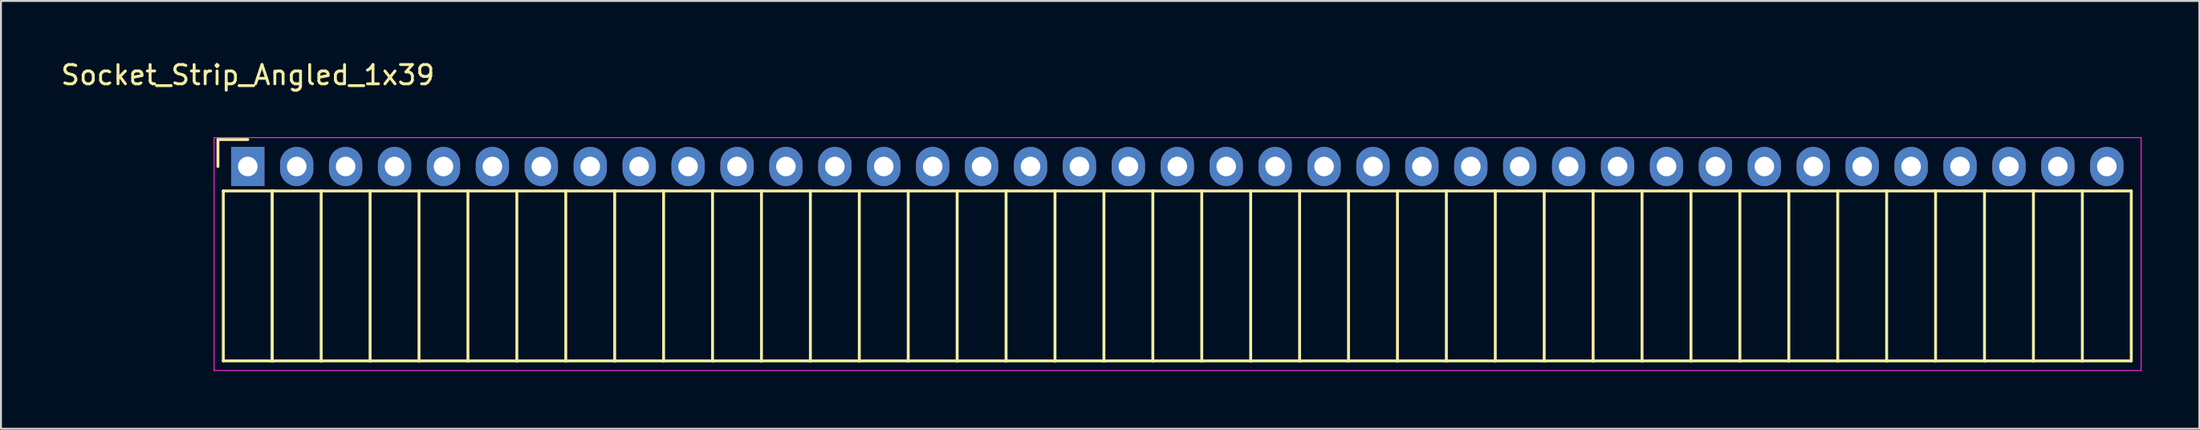
<source format=kicad_pcb>
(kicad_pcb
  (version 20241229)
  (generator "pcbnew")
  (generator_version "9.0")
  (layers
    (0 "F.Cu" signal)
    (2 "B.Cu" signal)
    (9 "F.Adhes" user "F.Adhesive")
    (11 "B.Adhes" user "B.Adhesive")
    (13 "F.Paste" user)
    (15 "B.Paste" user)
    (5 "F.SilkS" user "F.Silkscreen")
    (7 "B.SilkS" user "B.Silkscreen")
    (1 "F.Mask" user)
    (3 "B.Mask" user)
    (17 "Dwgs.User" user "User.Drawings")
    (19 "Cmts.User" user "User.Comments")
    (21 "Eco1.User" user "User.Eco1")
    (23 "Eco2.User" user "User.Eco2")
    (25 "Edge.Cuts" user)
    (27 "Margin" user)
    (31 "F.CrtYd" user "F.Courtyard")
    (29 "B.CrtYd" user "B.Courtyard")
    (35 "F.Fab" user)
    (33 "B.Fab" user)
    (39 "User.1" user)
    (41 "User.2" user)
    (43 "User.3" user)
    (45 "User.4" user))
  (footprint "Socket_Strip_Angled_1x39"
    (layer "F.Cu")
    (at 9.815 5.598)
    (property "Reference" "Socket_Strip_Angled_1x39" (at 0 -4.75 0) (layer "F.SilkS") (effects (font (size 1 1) (thickness 0.15))))
    (attr through_hole)
    (fp_line (start -1.55 -1.4) (end -1.55 0) (stroke (width 0.15) (type solid)) (layer "F.SilkS"))
    (fp_line (start -1.27 1.27) (end -1.27 10.1) (stroke (width 0.15) (type solid)) (layer "F.SilkS"))
    (fp_line (start -1.27 1.27) (end 1.27 1.27) (stroke (width 0.15) (type solid)) (layer "F.SilkS"))
    (fp_line (start -1.27 10.1) (end 1.27 10.1) (stroke (width 0.15) (type solid)) (layer "F.SilkS"))
    (fp_line (start 0 -1.4) (end -1.55 -1.4) (stroke (width 0.15) (type solid)) (layer "F.SilkS"))
    (fp_line (start 1.27 1.27) (end 1.27 10.1) (stroke (width 0.15) (type solid)) (layer "F.SilkS"))
    (fp_line (start 1.27 1.27) (end 3.81 1.27) (stroke (width 0.15) (type solid)) (layer "F.SilkS"))
    (fp_line (start 1.27 10.1) (end 1.27 1.27) (stroke (width 0.15) (type solid)) (layer "F.SilkS"))
    (fp_line (start 1.27 10.1) (end 3.81 10.1) (stroke (width 0.15) (type solid)) (layer "F.SilkS"))
    (fp_line (start 3.81 1.27) (end 6.35 1.27) (stroke (width 0.15) (type solid)) (layer "F.SilkS"))
    (fp_line (start 3.81 10.1) (end 3.81 1.27) (stroke (width 0.15) (type solid)) (layer "F.SilkS"))
    (fp_line (start 3.81 10.1) (end 6.35 10.1) (stroke (width 0.15) (type solid)) (layer "F.SilkS"))
    (fp_line (start 6.35 1.27) (end 8.89 1.27) (stroke (width 0.15) (type solid)) (layer "F.SilkS"))
    (fp_line (start 6.35 10.1) (end 6.35 1.27) (stroke (width 0.15) (type solid)) (layer "F.SilkS"))
    (fp_line (start 6.35 10.1) (end 8.89 10.1) (stroke (width 0.15) (type solid)) (layer "F.SilkS"))
    (fp_line (start 8.89 1.27) (end 11.43 1.27) (stroke (width 0.15) (type solid)) (layer "F.SilkS"))
    (fp_line (start 8.89 10.1) (end 8.89 1.27) (stroke (width 0.15) (type solid)) (layer "F.SilkS"))
    (fp_line (start 8.89 10.1) (end 11.43 10.1) (stroke (width 0.15) (type solid)) (layer "F.SilkS"))
    (fp_line (start 11.43 1.27) (end 13.97 1.27) (stroke (width 0.15) (type solid)) (layer "F.SilkS"))
    (fp_line (start 11.43 10.1) (end 11.43 1.27) (stroke (width 0.15) (type solid)) (layer "F.SilkS"))
    (fp_line (start 11.43 10.1) (end 13.97 10.1) (stroke (width 0.15) (type solid)) (layer "F.SilkS"))
    (fp_line (start 13.97 1.27) (end 16.51 1.27) (stroke (width 0.15) (type solid)) (layer "F.SilkS"))
    (fp_line (start 13.97 10.1) (end 13.97 1.27) (stroke (width 0.15) (type solid)) (layer "F.SilkS"))
    (fp_line (start 13.97 10.1) (end 16.51 10.1) (stroke (width 0.15) (type solid)) (layer "F.SilkS"))
    (fp_line (start 16.51 1.27) (end 19.05 1.27) (stroke (width 0.15) (type solid)) (layer "F.SilkS"))
    (fp_line (start 16.51 10.1) (end 16.51 1.27) (stroke (width 0.15) (type solid)) (layer "F.SilkS"))
    (fp_line (start 16.51 10.1) (end 19.05 10.1) (stroke (width 0.15) (type solid)) (layer "F.SilkS"))
    (fp_line (start 19.05 1.27) (end 21.59 1.27) (stroke (width 0.15) (type solid)) (layer "F.SilkS"))
    (fp_line (start 19.05 10.1) (end 19.05 1.27) (stroke (width 0.15) (type solid)) (layer "F.SilkS"))
    (fp_line (start 19.05 10.1) (end 21.59 10.1) (stroke (width 0.15) (type solid)) (layer "F.SilkS"))
    (fp_line (start 21.59 1.27) (end 24.13 1.27) (stroke (width 0.15) (type solid)) (layer "F.SilkS"))
    (fp_line (start 21.59 10.1) (end 21.59 1.27) (stroke (width 0.15) (type solid)) (layer "F.SilkS"))
    (fp_line (start 21.59 10.1) (end 24.13 10.1) (stroke (width 0.15) (type solid)) (layer "F.SilkS"))
    (fp_line (start 24.13 1.27) (end 26.67 1.27) (stroke (width 0.15) (type solid)) (layer "F.SilkS"))
    (fp_line (start 24.13 10.1) (end 24.13 1.27) (stroke (width 0.15) (type solid)) (layer "F.SilkS"))
    (fp_line (start 24.13 10.1) (end 26.67 10.1) (stroke (width 0.15) (type solid)) (layer "F.SilkS"))
    (fp_line (start 26.67 1.27) (end 29.21 1.27) (stroke (width 0.15) (type solid)) (layer "F.SilkS"))
    (fp_line (start 26.67 10.1) (end 26.67 1.27) (stroke (width 0.15) (type solid)) (layer "F.SilkS"))
    (fp_line (start 26.67 10.1) (end 29.21 10.1) (stroke (width 0.15) (type solid)) (layer "F.SilkS"))
    (fp_line (start 29.21 1.27) (end 31.75 1.27) (stroke (width 0.15) (type solid)) (layer "F.SilkS"))
    (fp_line (start 29.21 10.1) (end 29.21 1.27) (stroke (width 0.15) (type solid)) (layer "F.SilkS"))
    (fp_line (start 29.21 10.1) (end 31.75 10.1) (stroke (width 0.15) (type solid)) (layer "F.SilkS"))
    (fp_line (start 31.75 1.27) (end 34.29 1.27) (stroke (width 0.15) (type solid)) (layer "F.SilkS"))
    (fp_line (start 31.75 10.1) (end 31.75 1.27) (stroke (width 0.15) (type solid)) (layer "F.SilkS"))
    (fp_line (start 31.75 10.1) (end 34.29 10.1) (stroke (width 0.15) (type solid)) (layer "F.SilkS"))
    (fp_line (start 34.29 1.27) (end 36.83 1.27) (stroke (width 0.15) (type solid)) (layer "F.SilkS"))
    (fp_line (start 34.29 10.1) (end 34.29 1.27) (stroke (width 0.15) (type solid)) (layer "F.SilkS"))
    (fp_line (start 34.29 10.1) (end 36.83 10.1) (stroke (width 0.15) (type solid)) (layer "F.SilkS"))
    (fp_line (start 36.83 1.27) (end 39.37 1.27) (stroke (width 0.15) (type solid)) (layer "F.SilkS"))
    (fp_line (start 36.83 10.1) (end 36.83 1.27) (stroke (width 0.15) (type solid)) (layer "F.SilkS"))
    (fp_line (start 36.83 10.1) (end 39.37 10.1) (stroke (width 0.15) (type solid)) (layer "F.SilkS"))
    (fp_line (start 39.37 1.27) (end 41.91 1.27) (stroke (width 0.15) (type solid)) (layer "F.SilkS"))
    (fp_line (start 39.37 10.1) (end 39.37 1.27) (stroke (width 0.15) (type solid)) (layer "F.SilkS"))
    (fp_line (start 39.37 10.1) (end 41.91 10.1) (stroke (width 0.15) (type solid)) (layer "F.SilkS"))
    (fp_line (start 41.91 1.27) (end 44.45 1.27) (stroke (width 0.15) (type solid)) (layer "F.SilkS"))
    (fp_line (start 41.91 10.1) (end 41.91 1.27) (stroke (width 0.15) (type solid)) (layer "F.SilkS"))
    (fp_line (start 41.91 10.1) (end 44.45 10.1) (stroke (width 0.15) (type solid)) (layer "F.SilkS"))
    (fp_line (start 44.45 1.27) (end 46.99 1.27) (stroke (width 0.15) (type solid)) (layer "F.SilkS"))
    (fp_line (start 44.45 10.1) (end 44.45 1.27) (stroke (width 0.15) (type solid)) (layer "F.SilkS"))
    (fp_line (start 44.45 10.1) (end 46.99 10.1) (stroke (width 0.15) (type solid)) (layer "F.SilkS"))
    (fp_line (start 46.99 1.27) (end 49.53 1.27) (stroke (width 0.15) (type solid)) (layer "F.SilkS"))
    (fp_line (start 46.99 10.1) (end 46.99 1.27) (stroke (width 0.15) (type solid)) (layer "F.SilkS"))
    (fp_line (start 46.99 10.1) (end 49.53 10.1) (stroke (width 0.15) (type solid)) (layer "F.SilkS"))
    (fp_line (start 49.53 1.27) (end 52.07 1.27) (stroke (width 0.15) (type solid)) (layer "F.SilkS"))
    (fp_line (start 49.53 10.1) (end 49.53 1.27) (stroke (width 0.15) (type solid)) (layer "F.SilkS"))
    (fp_line (start 49.53 10.1) (end 52.07 10.1) (stroke (width 0.15) (type solid)) (layer "F.SilkS"))
    (fp_line (start 52.07 1.27) (end 54.61 1.27) (stroke (width 0.15) (type solid)) (layer "F.SilkS"))
    (fp_line (start 52.07 10.1) (end 52.07 1.27) (stroke (width 0.15) (type solid)) (layer "F.SilkS"))
    (fp_line (start 52.07 10.1) (end 54.61 10.1) (stroke (width 0.15) (type solid)) (layer "F.SilkS"))
    (fp_line (start 54.61 1.27) (end 57.15 1.27) (stroke (width 0.15) (type solid)) (layer "F.SilkS"))
    (fp_line (start 54.61 10.1) (end 54.61 1.27) (stroke (width 0.15) (type solid)) (layer "F.SilkS"))
    (fp_line (start 54.61 10.1) (end 57.15 10.1) (stroke (width 0.15) (type solid)) (layer "F.SilkS"))
    (fp_line (start 57.15 1.27) (end 59.69 1.27) (stroke (width 0.15) (type solid)) (layer "F.SilkS"))
    (fp_line (start 57.15 10.1) (end 57.15 1.27) (stroke (width 0.15) (type solid)) (layer "F.SilkS"))
    (fp_line (start 57.15 10.1) (end 59.69 10.1) (stroke (width 0.15) (type solid)) (layer "F.SilkS"))
    (fp_line (start 59.69 1.27) (end 62.23 1.27) (stroke (width 0.15) (type solid)) (layer "F.SilkS"))
    (fp_line (start 59.69 10.1) (end 59.69 1.27) (stroke (width 0.15) (type solid)) (layer "F.SilkS"))
    (fp_line (start 59.69 10.1) (end 62.23 10.1) (stroke (width 0.15) (type solid)) (layer "F.SilkS"))
    (fp_line (start 62.23 1.27) (end 64.77 1.27) (stroke (width 0.15) (type solid)) (layer "F.SilkS"))
    (fp_line (start 62.23 10.1) (end 62.23 1.27) (stroke (width 0.15) (type solid)) (layer "F.SilkS"))
    (fp_line (start 62.23 10.1) (end 64.77 10.1) (stroke (width 0.15) (type solid)) (layer "F.SilkS"))
    (fp_line (start 64.77 1.27) (end 67.31 1.27) (stroke (width 0.15) (type solid)) (layer "F.SilkS"))
    (fp_line (start 64.77 10.1) (end 64.77 1.27) (stroke (width 0.15) (type solid)) (layer "F.SilkS"))
    (fp_line (start 64.77 10.1) (end 67.31 10.1) (stroke (width 0.15) (type solid)) (layer "F.SilkS"))
    (fp_line (start 67.31 1.27) (end 69.85 1.27) (stroke (width 0.15) (type solid)) (layer "F.SilkS"))
    (fp_line (start 67.31 10.1) (end 67.31 1.27) (stroke (width 0.15) (type solid)) (layer "F.SilkS"))
    (fp_line (start 67.31 10.1) (end 69.85 10.1) (stroke (width 0.15) (type solid)) (layer "F.SilkS"))
    (fp_line (start 69.85 1.27) (end 72.39 1.27) (stroke (width 0.15) (type solid)) (layer "F.SilkS"))
    (fp_line (start 69.85 10.1) (end 69.85 1.27) (stroke (width 0.15) (type solid)) (layer "F.SilkS"))
    (fp_line (start 69.85 10.1) (end 72.39 10.1) (stroke (width 0.15) (type solid)) (layer "F.SilkS"))
    (fp_line (start 72.39 1.27) (end 74.93 1.27) (stroke (width 0.15) (type solid)) (layer "F.SilkS"))
    (fp_line (start 72.39 10.1) (end 72.39 1.27) (stroke (width 0.15) (type solid)) (layer "F.SilkS"))
    (fp_line (start 72.39 10.1) (end 74.93 10.1) (stroke (width 0.15) (type solid)) (layer "F.SilkS"))
    (fp_line (start 74.93 1.27) (end 77.47 1.27) (stroke (width 0.15) (type solid)) (layer "F.SilkS"))
    (fp_line (start 74.93 10.1) (end 74.93 1.27) (stroke (width 0.15) (type solid)) (layer "F.SilkS"))
    (fp_line (start 74.93 10.1) (end 77.47 10.1) (stroke (width 0.15) (type solid)) (layer "F.SilkS"))
    (fp_line (start 77.47 1.27) (end 80.01 1.27) (stroke (width 0.15) (type solid)) (layer "F.SilkS"))
    (fp_line (start 77.47 10.1) (end 77.47 1.27) (stroke (width 0.15) (type solid)) (layer "F.SilkS"))
    (fp_line (start 77.47 10.1) (end 80.01 10.1) (stroke (width 0.15) (type solid)) (layer "F.SilkS"))
    (fp_line (start 80.01 1.27) (end 82.55 1.27) (stroke (width 0.15) (type solid)) (layer "F.SilkS"))
    (fp_line (start 80.01 10.1) (end 80.01 1.27) (stroke (width 0.15) (type solid)) (layer "F.SilkS"))
    (fp_line (start 80.01 10.1) (end 82.55 10.1) (stroke (width 0.15) (type solid)) (layer "F.SilkS"))
    (fp_line (start 82.55 1.27) (end 85.09 1.27) (stroke (width 0.15) (type solid)) (layer "F.SilkS"))
    (fp_line (start 82.55 10.1) (end 82.55 1.27) (stroke (width 0.15) (type solid)) (layer "F.SilkS"))
    (fp_line (start 82.55 10.1) (end 85.09 10.1) (stroke (width 0.15) (type solid)) (layer "F.SilkS"))
    (fp_line (start 85.09 1.27) (end 87.63 1.27) (stroke (width 0.15) (type solid)) (layer "F.SilkS"))
    (fp_line (start 85.09 10.1) (end 85.09 1.27) (stroke (width 0.15) (type solid)) (layer "F.SilkS"))
    (fp_line (start 85.09 10.1) (end 87.63 10.1) (stroke (width 0.15) (type solid)) (layer "F.SilkS"))
    (fp_line (start 87.63 1.27) (end 90.17 1.27) (stroke (width 0.15) (type solid)) (layer "F.SilkS"))
    (fp_line (start 87.63 10.1) (end 87.63 1.27) (stroke (width 0.15) (type solid)) (layer "F.SilkS"))
    (fp_line (start 87.63 10.1) (end 90.17 10.1) (stroke (width 0.15) (type solid)) (layer "F.SilkS"))
    (fp_line (start 90.17 1.27) (end 92.71 1.27) (stroke (width 0.15) (type solid)) (layer "F.SilkS"))
    (fp_line (start 90.17 10.1) (end 90.17 1.27) (stroke (width 0.15) (type solid)) (layer "F.SilkS"))
    (fp_line (start 90.17 10.1) (end 92.71 10.1) (stroke (width 0.15) (type solid)) (layer "F.SilkS"))
    (fp_line (start 92.71 1.27) (end 95.25 1.27) (stroke (width 0.15) (type solid)) (layer "F.SilkS"))
    (fp_line (start 92.71 10.1) (end 92.71 1.27) (stroke (width 0.15) (type solid)) (layer "F.SilkS"))
    (fp_line (start 92.71 10.1) (end 95.25 10.1) (stroke (width 0.15) (type solid)) (layer "F.SilkS"))
    (fp_line (start 95.25 1.27) (end 97.79 1.27) (stroke (width 0.15) (type solid)) (layer "F.SilkS"))
    (fp_line (start 95.25 10.1) (end 95.25 1.27) (stroke (width 0.15) (type solid)) (layer "F.SilkS"))
    (fp_line (start 95.25 10.1) (end 97.79 10.1) (stroke (width 0.15) (type solid)) (layer "F.SilkS"))
    (fp_line (start 97.79 10.1) (end 97.79 1.27) (stroke (width 0.15) (type solid)) (layer "F.SilkS"))
    (fp_line (start -1.75 -1.5) (end -1.75 10.6) (stroke (width 0.05) (type solid)) (layer "F.CrtYd"))
    (fp_line (start -1.75 -1.5) (end 98.3 -1.5) (stroke (width 0.05) (type solid)) (layer "F.CrtYd"))
    (fp_line (start -1.75 10.6) (end 98.3 10.6) (stroke (width 0.05) (type solid)) (layer "F.CrtYd"))
    (fp_line (start 98.3 -1.5) (end 98.3 10.6) (stroke (width 0.05) (type solid)) (layer "F.CrtYd"))
    (pad "1" thru_hole rect (at 0 0) (size 1.727 2.032) (drill 1.016) (layers "*.Cu" "*.Mask"))
    (pad "2" thru_hole oval (at 2.54 0) (size 1.727 2.032) (drill 1.016) (layers "*.Cu" "*.Mask"))
    (pad "3" thru_hole oval (at 5.08 0) (size 1.727 2.032) (drill 1.016) (layers "*.Cu" "*.Mask"))
    (pad "4" thru_hole oval (at 7.62 0) (size 1.727 2.032) (drill 1.016) (layers "*.Cu" "*.Mask"))
    (pad "5" thru_hole oval (at 10.16 0) (size 1.727 2.032) (drill 1.016) (layers "*.Cu" "*.Mask"))
    (pad "6" thru_hole oval (at 12.7 0) (size 1.727 2.032) (drill 1.016) (layers "*.Cu" "*.Mask"))
    (pad "7" thru_hole oval (at 15.24 0) (size 1.727 2.032) (drill 1.016) (layers "*.Cu" "*.Mask"))
    (pad "8" thru_hole oval (at 17.78 0) (size 1.727 2.032) (drill 1.016) (layers "*.Cu" "*.Mask"))
    (pad "9" thru_hole oval (at 20.32 0) (size 1.727 2.032) (drill 1.016) (layers "*.Cu" "*.Mask"))
    (pad "10" thru_hole oval (at 22.86 0) (size 1.727 2.032) (drill 1.016) (layers "*.Cu" "*.Mask"))
    (pad "11" thru_hole oval (at 25.4 0) (size 1.727 2.032) (drill 1.016) (layers "*.Cu" "*.Mask"))
    (pad "12" thru_hole oval (at 27.94 0) (size 1.727 2.032) (drill 1.016) (layers "*.Cu" "*.Mask"))
    (pad "13" thru_hole oval (at 30.48 0) (size 1.727 2.032) (drill 1.016) (layers "*.Cu" "*.Mask"))
    (pad "14" thru_hole oval (at 33.02 0) (size 1.727 2.032) (drill 1.016) (layers "*.Cu" "*.Mask"))
    (pad "15" thru_hole oval (at 35.56 0) (size 1.727 2.032) (drill 1.016) (layers "*.Cu" "*.Mask"))
    (pad "16" thru_hole oval (at 38.1 0) (size 1.727 2.032) (drill 1.016) (layers "*.Cu" "*.Mask"))
    (pad "17" thru_hole oval (at 40.64 0) (size 1.727 2.032) (drill 1.016) (layers "*.Cu" "*.Mask"))
    (pad "18" thru_hole oval (at 43.18 0) (size 1.727 2.032) (drill 1.016) (layers "*.Cu" "*.Mask"))
    (pad "19" thru_hole oval (at 45.72 0) (size 1.727 2.032) (drill 1.016) (layers "*.Cu" "*.Mask"))
    (pad "20" thru_hole oval (at 48.26 0) (size 1.727 2.032) (drill 1.016) (layers "*.Cu" "*.Mask"))
    (pad "21" thru_hole oval (at 50.8 0) (size 1.727 2.032) (drill 1.016) (layers "*.Cu" "*.Mask"))
    (pad "22" thru_hole oval (at 53.34 0) (size 1.727 2.032) (drill 1.016) (layers "*.Cu" "*.Mask"))
    (pad "23" thru_hole oval (at 55.88 0) (size 1.727 2.032) (drill 1.016) (layers "*.Cu" "*.Mask"))
    (pad "24" thru_hole oval (at 58.42 0) (size 1.727 2.032) (drill 1.016) (layers "*.Cu" "*.Mask"))
    (pad "25" thru_hole oval (at 60.96 0) (size 1.727 2.032) (drill 1.016) (layers "*.Cu" "*.Mask"))
    (pad "26" thru_hole oval (at 63.5 0) (size 1.727 2.032) (drill 1.016) (layers "*.Cu" "*.Mask"))
    (pad "27" thru_hole oval (at 66.04 0) (size 1.727 2.032) (drill 1.016) (layers "*.Cu" "*.Mask"))
    (pad "28" thru_hole oval (at 68.58 0) (size 1.727 2.032) (drill 1.016) (layers "*.Cu" "*.Mask"))
    (pad "29" thru_hole oval (at 71.12 0) (size 1.727 2.032) (drill 1.016) (layers "*.Cu" "*.Mask"))
    (pad "30" thru_hole oval (at 73.66 0) (size 1.727 2.032) (drill 1.016) (layers "*.Cu" "*.Mask"))
    (pad "31" thru_hole oval (at 76.2 0) (size 1.727 2.032) (drill 1.016) (layers "*.Cu" "*.Mask"))
    (pad "32" thru_hole oval (at 78.74 0) (size 1.727 2.032) (drill 1.016) (layers "*.Cu" "*.Mask"))
    (pad "33" thru_hole oval (at 81.28 0) (size 1.727 2.032) (drill 1.016) (layers "*.Cu" "*.Mask"))
    (pad "34" thru_hole oval (at 83.82 0) (size 1.727 2.032) (drill 1.016) (layers "*.Cu" "*.Mask"))
    (pad "35" thru_hole oval (at 86.36 0) (size 1.727 2.032) (drill 1.016) (layers "*.Cu" "*.Mask"))
    (pad "36" thru_hole oval (at 88.9 0) (size 1.727 2.032) (drill 1.016) (layers "*.Cu" "*.Mask"))
    (pad "37" thru_hole oval (at 91.44 0) (size 1.727 2.032) (drill 1.016) (layers "*.Cu" "*.Mask"))
    (pad "38" thru_hole oval (at 93.98 0) (size 1.727 2.032) (drill 1.016) (layers "*.Cu" "*.Mask"))
    (pad "39" thru_hole oval (at 96.52 0) (size 1.727 2.032) (drill 1.016) (layers "*.Cu" "*.Mask")))
  (gr_rect
    (start -3 -3)
    (end 111.14 19.223)
    (stroke (width 0.1) (type default))
    (fill no)
    (layer "Edge.Cuts")))
</source>
